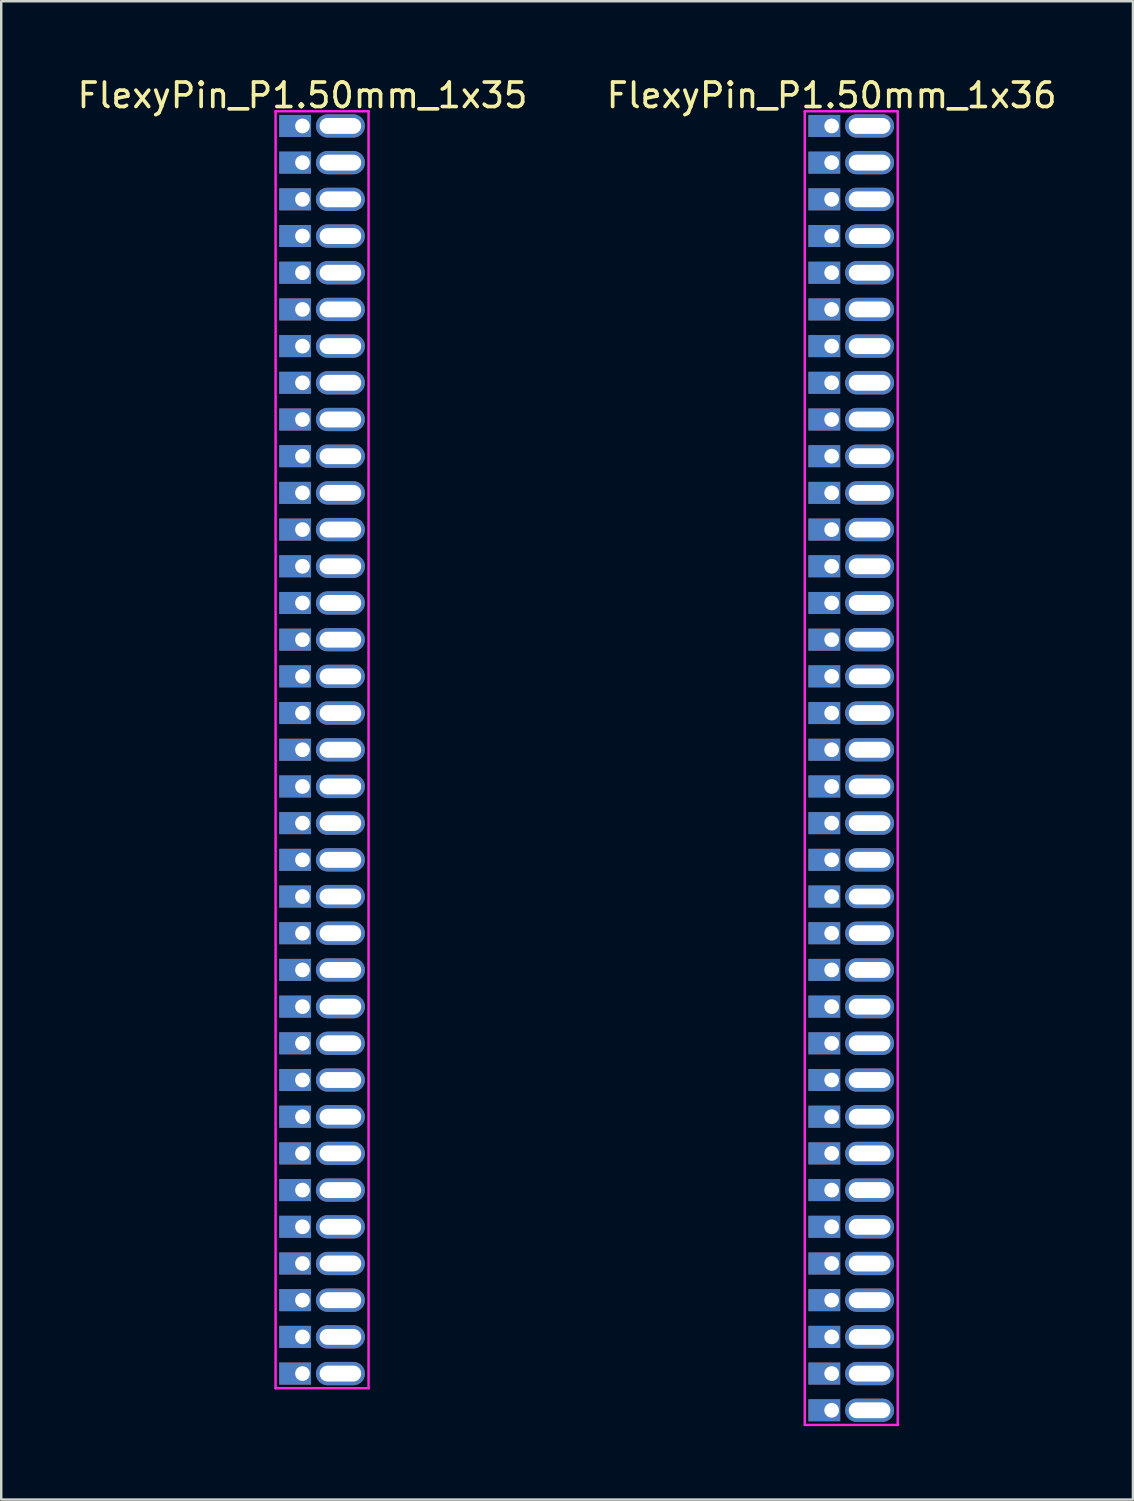
<source format=kicad_pcb>
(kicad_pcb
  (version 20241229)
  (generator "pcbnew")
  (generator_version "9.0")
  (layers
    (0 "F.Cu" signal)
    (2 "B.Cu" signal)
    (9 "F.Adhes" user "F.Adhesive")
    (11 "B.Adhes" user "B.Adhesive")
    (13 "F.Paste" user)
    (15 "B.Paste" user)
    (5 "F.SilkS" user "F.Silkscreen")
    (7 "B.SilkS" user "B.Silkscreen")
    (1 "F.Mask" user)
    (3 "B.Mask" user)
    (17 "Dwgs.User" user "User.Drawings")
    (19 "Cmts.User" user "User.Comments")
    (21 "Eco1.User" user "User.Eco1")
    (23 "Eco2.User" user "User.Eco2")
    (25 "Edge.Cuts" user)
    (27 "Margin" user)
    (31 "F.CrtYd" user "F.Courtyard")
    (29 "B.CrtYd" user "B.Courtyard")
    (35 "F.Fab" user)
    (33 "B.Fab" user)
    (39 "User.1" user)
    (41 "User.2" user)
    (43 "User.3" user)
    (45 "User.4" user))
  (footprint "FlexyPin_P1.50mm_1x36"
    (layer "F.Cu")
    (at 30.946 2.098)
    (property "Reference" "FlexyPin_P1.50mm_1x36" (at 0 -1.25 0) (layer "F.SilkS") (effects (font (size 1 1) (thickness 0.15))))
    (attr through_hole)
    (fp_line (start -1.1 -0.6) (end 2.7 -0.6) (stroke (width 0.1) (type solid)) (layer "F.CrtYd"))
    (fp_line (start -1.1 53.1) (end -1.1 -0.6) (stroke (width 0.1) (type solid)) (layer "F.CrtYd"))
    (fp_line (start 2.7 -0.6) (end 2.7 53.1) (stroke (width 0.1) (type solid)) (layer "F.CrtYd"))
    (fp_line (start 2.7 53.1) (end -1.1 53.1) (stroke (width 0.1) (type solid)) (layer "F.CrtYd"))
    (pad "" thru_hole oval (at 1.55 0) (size 2 0.95) (drill oval 1.7 0.65) (layers "*.Cu" "*.Mask"))
    (pad "" thru_hole oval (at 1.55 1.5) (size 2 0.95) (drill oval 1.7 0.65) (layers "*.Cu" "*.Mask"))
    (pad "" thru_hole oval (at 1.55 3) (size 2 0.95) (drill oval 1.7 0.65) (layers "*.Cu" "*.Mask"))
    (pad "" thru_hole oval (at 1.55 4.5) (size 2 0.95) (drill oval 1.7 0.65) (layers "*.Cu" "*.Mask"))
    (pad "" thru_hole oval (at 1.55 6) (size 2 0.95) (drill oval 1.7 0.65) (layers "*.Cu" "*.Mask"))
    (pad "" thru_hole oval (at 1.55 7.5) (size 2 0.95) (drill oval 1.7 0.65) (layers "*.Cu" "*.Mask"))
    (pad "" thru_hole oval (at 1.55 9) (size 2 0.95) (drill oval 1.7 0.65) (layers "*.Cu" "*.Mask"))
    (pad "" thru_hole oval (at 1.55 10.5) (size 2 0.95) (drill oval 1.7 0.65) (layers "*.Cu" "*.Mask"))
    (pad "" thru_hole oval (at 1.55 12) (size 2 0.95) (drill oval 1.7 0.65) (layers "*.Cu" "*.Mask"))
    (pad "" thru_hole oval (at 1.55 13.5) (size 2 0.95) (drill oval 1.7 0.65) (layers "*.Cu" "*.Mask"))
    (pad "" thru_hole oval (at 1.55 15) (size 2 0.95) (drill oval 1.7 0.65) (layers "*.Cu" "*.Mask"))
    (pad "" thru_hole oval (at 1.55 16.5) (size 2 0.95) (drill oval 1.7 0.65) (layers "*.Cu" "*.Mask"))
    (pad "" thru_hole oval (at 1.55 18) (size 2 0.95) (drill oval 1.7 0.65) (layers "*.Cu" "*.Mask"))
    (pad "" thru_hole oval (at 1.55 19.5) (size 2 0.95) (drill oval 1.7 0.65) (layers "*.Cu" "*.Mask"))
    (pad "" thru_hole oval (at 1.55 21) (size 2 0.95) (drill oval 1.7 0.65) (layers "*.Cu" "*.Mask"))
    (pad "" thru_hole oval (at 1.55 22.5) (size 2 0.95) (drill oval 1.7 0.65) (layers "*.Cu" "*.Mask"))
    (pad "" thru_hole oval (at 1.55 24) (size 2 0.95) (drill oval 1.7 0.65) (layers "*.Cu" "*.Mask"))
    (pad "" thru_hole oval (at 1.55 25.5) (size 2 0.95) (drill oval 1.7 0.65) (layers "*.Cu" "*.Mask"))
    (pad "" thru_hole oval (at 1.55 27) (size 2 0.95) (drill oval 1.7 0.65) (layers "*.Cu" "*.Mask"))
    (pad "" thru_hole oval (at 1.55 28.5) (size 2 0.95) (drill oval 1.7 0.65) (layers "*.Cu" "*.Mask"))
    (pad "" thru_hole oval (at 1.55 30) (size 2 0.95) (drill oval 1.7 0.65) (layers "*.Cu" "*.Mask"))
    (pad "" thru_hole oval (at 1.55 31.5) (size 2 0.95) (drill oval 1.7 0.65) (layers "*.Cu" "*.Mask"))
    (pad "" thru_hole oval (at 1.55 33) (size 2 0.95) (drill oval 1.7 0.65) (layers "*.Cu" "*.Mask"))
    (pad "" thru_hole oval (at 1.55 34.5) (size 2 0.95) (drill oval 1.7 0.65) (layers "*.Cu" "*.Mask"))
    (pad "" thru_hole oval (at 1.55 36) (size 2 0.95) (drill oval 1.7 0.65) (layers "*.Cu" "*.Mask"))
    (pad "" thru_hole oval (at 1.55 37.5) (size 2 0.95) (drill oval 1.7 0.65) (layers "*.Cu" "*.Mask"))
    (pad "" thru_hole oval (at 1.55 39) (size 2 0.95) (drill oval 1.7 0.65) (layers "*.Cu" "*.Mask"))
    (pad "" thru_hole oval (at 1.55 40.5) (size 2 0.95) (drill oval 1.7 0.65) (layers "*.Cu" "*.Mask"))
    (pad "" thru_hole oval (at 1.55 42) (size 2 0.95) (drill oval 1.7 0.65) (layers "*.Cu" "*.Mask"))
    (pad "" thru_hole oval (at 1.55 43.5) (size 2 0.95) (drill oval 1.7 0.65) (layers "*.Cu" "*.Mask"))
    (pad "" thru_hole oval (at 1.55 45) (size 2 0.95) (drill oval 1.7 0.65) (layers "*.Cu" "*.Mask"))
    (pad "" thru_hole oval (at 1.55 46.5) (size 2 0.95) (drill oval 1.7 0.65) (layers "*.Cu" "*.Mask"))
    (pad "" thru_hole oval (at 1.55 48) (size 2 0.95) (drill oval 1.7 0.65) (layers "*.Cu" "*.Mask"))
    (pad "" thru_hole oval (at 1.55 49.5) (size 2 0.95) (drill oval 1.7 0.65) (layers "*.Cu" "*.Mask"))
    (pad "" thru_hole oval (at 1.55 51) (size 2 0.95) (drill oval 1.7 0.65) (layers "*.Cu" "*.Mask"))
    (pad "" thru_hole oval (at 1.55 52.5) (size 2 0.95) (drill oval 1.7 0.65) (layers "*.Cu" "*.Mask"))
    (pad "1" thru_hole rect (at 0 0) (size 1.3 0.9) (drill 0.6 (offset -0.3 0)) (layers "*.Cu" "*.Mask"))
    (pad "2" thru_hole rect (at 0 1.5) (size 1.3 0.9) (drill 0.6 (offset -0.3 0)) (layers "*.Cu" "*.Mask"))
    (pad "3" thru_hole rect (at 0 3) (size 1.3 0.9) (drill 0.6 (offset -0.3 0)) (layers "*.Cu" "*.Mask"))
    (pad "4" thru_hole rect (at 0 4.5) (size 1.3 0.9) (drill 0.6 (offset -0.3 0)) (layers "*.Cu" "*.Mask"))
    (pad "5" thru_hole rect (at 0 6) (size 1.3 0.9) (drill 0.6 (offset -0.3 0)) (layers "*.Cu" "*.Mask"))
    (pad "6" thru_hole rect (at 0 7.5) (size 1.3 0.9) (drill 0.6 (offset -0.3 0)) (layers "*.Cu" "*.Mask"))
    (pad "7" thru_hole rect (at 0 9) (size 1.3 0.9) (drill 0.6 (offset -0.3 0)) (layers "*.Cu" "*.Mask"))
    (pad "8" thru_hole rect (at 0 10.5) (size 1.3 0.9) (drill 0.6 (offset -0.3 0)) (layers "*.Cu" "*.Mask"))
    (pad "9" thru_hole rect (at 0 12) (size 1.3 0.9) (drill 0.6 (offset -0.3 0)) (layers "*.Cu" "*.Mask"))
    (pad "10" thru_hole rect (at 0 13.5) (size 1.3 0.9) (drill 0.6 (offset -0.3 0)) (layers "*.Cu" "*.Mask"))
    (pad "11" thru_hole rect (at 0 15) (size 1.3 0.9) (drill 0.6 (offset -0.3 0)) (layers "*.Cu" "*.Mask"))
    (pad "12" thru_hole rect (at 0 16.5) (size 1.3 0.9) (drill 0.6 (offset -0.3 0)) (layers "*.Cu" "*.Mask"))
    (pad "13" thru_hole rect (at 0 18) (size 1.3 0.9) (drill 0.6 (offset -0.3 0)) (layers "*.Cu" "*.Mask"))
    (pad "14" thru_hole rect (at 0 19.5) (size 1.3 0.9) (drill 0.6 (offset -0.3 0)) (layers "*.Cu" "*.Mask"))
    (pad "15" thru_hole rect (at 0 21) (size 1.3 0.9) (drill 0.6 (offset -0.3 0)) (layers "*.Cu" "*.Mask"))
    (pad "16" thru_hole rect (at 0 22.5) (size 1.3 0.9) (drill 0.6 (offset -0.3 0)) (layers "*.Cu" "*.Mask"))
    (pad "17" thru_hole rect (at 0 24) (size 1.3 0.9) (drill 0.6 (offset -0.3 0)) (layers "*.Cu" "*.Mask"))
    (pad "18" thru_hole rect (at 0 25.5) (size 1.3 0.9) (drill 0.6 (offset -0.3 0)) (layers "*.Cu" "*.Mask"))
    (pad "19" thru_hole rect (at 0 27) (size 1.3 0.9) (drill 0.6 (offset -0.3 0)) (layers "*.Cu" "*.Mask"))
    (pad "20" thru_hole rect (at 0 28.5) (size 1.3 0.9) (drill 0.6 (offset -0.3 0)) (layers "*.Cu" "*.Mask"))
    (pad "21" thru_hole rect (at 0 30) (size 1.3 0.9) (drill 0.6 (offset -0.3 0)) (layers "*.Cu" "*.Mask"))
    (pad "22" thru_hole rect (at 0 31.5) (size 1.3 0.9) (drill 0.6 (offset -0.3 0)) (layers "*.Cu" "*.Mask"))
    (pad "23" thru_hole rect (at 0 33) (size 1.3 0.9) (drill 0.6 (offset -0.3 0)) (layers "*.Cu" "*.Mask"))
    (pad "24" thru_hole rect (at 0 34.5) (size 1.3 0.9) (drill 0.6 (offset -0.3 0)) (layers "*.Cu" "*.Mask"))
    (pad "25" thru_hole rect (at 0 36) (size 1.3 0.9) (drill 0.6 (offset -0.3 0)) (layers "*.Cu" "*.Mask"))
    (pad "26" thru_hole rect (at 0 37.5) (size 1.3 0.9) (drill 0.6 (offset -0.3 0)) (layers "*.Cu" "*.Mask"))
    (pad "27" thru_hole rect (at 0 39) (size 1.3 0.9) (drill 0.6 (offset -0.3 0)) (layers "*.Cu" "*.Mask"))
    (pad "28" thru_hole rect (at 0 40.5) (size 1.3 0.9) (drill 0.6 (offset -0.3 0)) (layers "*.Cu" "*.Mask"))
    (pad "29" thru_hole rect (at 0 42) (size 1.3 0.9) (drill 0.6 (offset -0.3 0)) (layers "*.Cu" "*.Mask"))
    (pad "30" thru_hole rect (at 0 43.5) (size 1.3 0.9) (drill 0.6 (offset -0.3 0)) (layers "*.Cu" "*.Mask"))
    (pad "31" thru_hole rect (at 0 45) (size 1.3 0.9) (drill 0.6 (offset -0.3 0)) (layers "*.Cu" "*.Mask"))
    (pad "32" thru_hole rect (at 0 46.5) (size 1.3 0.9) (drill 0.6 (offset -0.3 0)) (layers "*.Cu" "*.Mask"))
    (pad "33" thru_hole rect (at 0 48) (size 1.3 0.9) (drill 0.6 (offset -0.3 0)) (layers "*.Cu" "*.Mask"))
    (pad "34" thru_hole rect (at 0 49.5) (size 1.3 0.9) (drill 0.6 (offset -0.3 0)) (layers "*.Cu" "*.Mask"))
    (pad "35" thru_hole rect (at 0 51) (size 1.3 0.9) (drill 0.6 (offset -0.3 0)) (layers "*.Cu" "*.Mask"))
    (pad "36" thru_hole rect (at 0 52.5) (size 1.3 0.9) (drill 0.6 (offset -0.3 0)) (layers "*.Cu" "*.Mask")))
  (footprint "FlexyPin_P1.50mm_1x35"
    (layer "F.Cu")
    (at 9.315 2.098)
    (property "Reference" "FlexyPin_P1.50mm_1x35" (at 0 -1.25 0) (layer "F.SilkS") (effects (font (size 1 1) (thickness 0.15))))
    (attr through_hole)
    (fp_line (start -1.1 -0.6) (end 2.7 -0.6) (stroke (width 0.1) (type solid)) (layer "F.CrtYd"))
    (fp_line (start -1.1 51.6) (end -1.1 -0.6) (stroke (width 0.1) (type solid)) (layer "F.CrtYd"))
    (fp_line (start 2.7 -0.6) (end 2.7 51.6) (stroke (width 0.1) (type solid)) (layer "F.CrtYd"))
    (fp_line (start 2.7 51.6) (end -1.1 51.6) (stroke (width 0.1) (type solid)) (layer "F.CrtYd"))
    (pad "" thru_hole oval (at 1.55 0) (size 2 0.95) (drill oval 1.7 0.65) (layers "*.Cu" "*.Mask"))
    (pad "" thru_hole oval (at 1.55 1.5) (size 2 0.95) (drill oval 1.7 0.65) (layers "*.Cu" "*.Mask"))
    (pad "" thru_hole oval (at 1.55 3) (size 2 0.95) (drill oval 1.7 0.65) (layers "*.Cu" "*.Mask"))
    (pad "" thru_hole oval (at 1.55 4.5) (size 2 0.95) (drill oval 1.7 0.65) (layers "*.Cu" "*.Mask"))
    (pad "" thru_hole oval (at 1.55 6) (size 2 0.95) (drill oval 1.7 0.65) (layers "*.Cu" "*.Mask"))
    (pad "" thru_hole oval (at 1.55 7.5) (size 2 0.95) (drill oval 1.7 0.65) (layers "*.Cu" "*.Mask"))
    (pad "" thru_hole oval (at 1.55 9) (size 2 0.95) (drill oval 1.7 0.65) (layers "*.Cu" "*.Mask"))
    (pad "" thru_hole oval (at 1.55 10.5) (size 2 0.95) (drill oval 1.7 0.65) (layers "*.Cu" "*.Mask"))
    (pad "" thru_hole oval (at 1.55 12) (size 2 0.95) (drill oval 1.7 0.65) (layers "*.Cu" "*.Mask"))
    (pad "" thru_hole oval (at 1.55 13.5) (size 2 0.95) (drill oval 1.7 0.65) (layers "*.Cu" "*.Mask"))
    (pad "" thru_hole oval (at 1.55 15) (size 2 0.95) (drill oval 1.7 0.65) (layers "*.Cu" "*.Mask"))
    (pad "" thru_hole oval (at 1.55 16.5) (size 2 0.95) (drill oval 1.7 0.65) (layers "*.Cu" "*.Mask"))
    (pad "" thru_hole oval (at 1.55 18) (size 2 0.95) (drill oval 1.7 0.65) (layers "*.Cu" "*.Mask"))
    (pad "" thru_hole oval (at 1.55 19.5) (size 2 0.95) (drill oval 1.7 0.65) (layers "*.Cu" "*.Mask"))
    (pad "" thru_hole oval (at 1.55 21) (size 2 0.95) (drill oval 1.7 0.65) (layers "*.Cu" "*.Mask"))
    (pad "" thru_hole oval (at 1.55 22.5) (size 2 0.95) (drill oval 1.7 0.65) (layers "*.Cu" "*.Mask"))
    (pad "" thru_hole oval (at 1.55 24) (size 2 0.95) (drill oval 1.7 0.65) (layers "*.Cu" "*.Mask"))
    (pad "" thru_hole oval (at 1.55 25.5) (size 2 0.95) (drill oval 1.7 0.65) (layers "*.Cu" "*.Mask"))
    (pad "" thru_hole oval (at 1.55 27) (size 2 0.95) (drill oval 1.7 0.65) (layers "*.Cu" "*.Mask"))
    (pad "" thru_hole oval (at 1.55 28.5) (size 2 0.95) (drill oval 1.7 0.65) (layers "*.Cu" "*.Mask"))
    (pad "" thru_hole oval (at 1.55 30) (size 2 0.95) (drill oval 1.7 0.65) (layers "*.Cu" "*.Mask"))
    (pad "" thru_hole oval (at 1.55 31.5) (size 2 0.95) (drill oval 1.7 0.65) (layers "*.Cu" "*.Mask"))
    (pad "" thru_hole oval (at 1.55 33) (size 2 0.95) (drill oval 1.7 0.65) (layers "*.Cu" "*.Mask"))
    (pad "" thru_hole oval (at 1.55 34.5) (size 2 0.95) (drill oval 1.7 0.65) (layers "*.Cu" "*.Mask"))
    (pad "" thru_hole oval (at 1.55 36) (size 2 0.95) (drill oval 1.7 0.65) (layers "*.Cu" "*.Mask"))
    (pad "" thru_hole oval (at 1.55 37.5) (size 2 0.95) (drill oval 1.7 0.65) (layers "*.Cu" "*.Mask"))
    (pad "" thru_hole oval (at 1.55 39) (size 2 0.95) (drill oval 1.7 0.65) (layers "*.Cu" "*.Mask"))
    (pad "" thru_hole oval (at 1.55 40.5) (size 2 0.95) (drill oval 1.7 0.65) (layers "*.Cu" "*.Mask"))
    (pad "" thru_hole oval (at 1.55 42) (size 2 0.95) (drill oval 1.7 0.65) (layers "*.Cu" "*.Mask"))
    (pad "" thru_hole oval (at 1.55 43.5) (size 2 0.95) (drill oval 1.7 0.65) (layers "*.Cu" "*.Mask"))
    (pad "" thru_hole oval (at 1.55 45) (size 2 0.95) (drill oval 1.7 0.65) (layers "*.Cu" "*.Mask"))
    (pad "" thru_hole oval (at 1.55 46.5) (size 2 0.95) (drill oval 1.7 0.65) (layers "*.Cu" "*.Mask"))
    (pad "" thru_hole oval (at 1.55 48) (size 2 0.95) (drill oval 1.7 0.65) (layers "*.Cu" "*.Mask"))
    (pad "" thru_hole oval (at 1.55 49.5) (size 2 0.95) (drill oval 1.7 0.65) (layers "*.Cu" "*.Mask"))
    (pad "" thru_hole oval (at 1.55 51) (size 2 0.95) (drill oval 1.7 0.65) (layers "*.Cu" "*.Mask"))
    (pad "1" thru_hole rect (at 0 0) (size 1.3 0.9) (drill 0.6 (offset -0.3 0)) (layers "*.Cu" "*.Mask"))
    (pad "2" thru_hole rect (at 0 1.5) (size 1.3 0.9) (drill 0.6 (offset -0.3 0)) (layers "*.Cu" "*.Mask"))
    (pad "3" thru_hole rect (at 0 3) (size 1.3 0.9) (drill 0.6 (offset -0.3 0)) (layers "*.Cu" "*.Mask"))
    (pad "4" thru_hole rect (at 0 4.5) (size 1.3 0.9) (drill 0.6 (offset -0.3 0)) (layers "*.Cu" "*.Mask"))
    (pad "5" thru_hole rect (at 0 6) (size 1.3 0.9) (drill 0.6 (offset -0.3 0)) (layers "*.Cu" "*.Mask"))
    (pad "6" thru_hole rect (at 0 7.5) (size 1.3 0.9) (drill 0.6 (offset -0.3 0)) (layers "*.Cu" "*.Mask"))
    (pad "7" thru_hole rect (at 0 9) (size 1.3 0.9) (drill 0.6 (offset -0.3 0)) (layers "*.Cu" "*.Mask"))
    (pad "8" thru_hole rect (at 0 10.5) (size 1.3 0.9) (drill 0.6 (offset -0.3 0)) (layers "*.Cu" "*.Mask"))
    (pad "9" thru_hole rect (at 0 12) (size 1.3 0.9) (drill 0.6 (offset -0.3 0)) (layers "*.Cu" "*.Mask"))
    (pad "10" thru_hole rect (at 0 13.5) (size 1.3 0.9) (drill 0.6 (offset -0.3 0)) (layers "*.Cu" "*.Mask"))
    (pad "11" thru_hole rect (at 0 15) (size 1.3 0.9) (drill 0.6 (offset -0.3 0)) (layers "*.Cu" "*.Mask"))
    (pad "12" thru_hole rect (at 0 16.5) (size 1.3 0.9) (drill 0.6 (offset -0.3 0)) (layers "*.Cu" "*.Mask"))
    (pad "13" thru_hole rect (at 0 18) (size 1.3 0.9) (drill 0.6 (offset -0.3 0)) (layers "*.Cu" "*.Mask"))
    (pad "14" thru_hole rect (at 0 19.5) (size 1.3 0.9) (drill 0.6 (offset -0.3 0)) (layers "*.Cu" "*.Mask"))
    (pad "15" thru_hole rect (at 0 21) (size 1.3 0.9) (drill 0.6 (offset -0.3 0)) (layers "*.Cu" "*.Mask"))
    (pad "16" thru_hole rect (at 0 22.5) (size 1.3 0.9) (drill 0.6 (offset -0.3 0)) (layers "*.Cu" "*.Mask"))
    (pad "17" thru_hole rect (at 0 24) (size 1.3 0.9) (drill 0.6 (offset -0.3 0)) (layers "*.Cu" "*.Mask"))
    (pad "18" thru_hole rect (at 0 25.5) (size 1.3 0.9) (drill 0.6 (offset -0.3 0)) (layers "*.Cu" "*.Mask"))
    (pad "19" thru_hole rect (at 0 27) (size 1.3 0.9) (drill 0.6 (offset -0.3 0)) (layers "*.Cu" "*.Mask"))
    (pad "20" thru_hole rect (at 0 28.5) (size 1.3 0.9) (drill 0.6 (offset -0.3 0)) (layers "*.Cu" "*.Mask"))
    (pad "21" thru_hole rect (at 0 30) (size 1.3 0.9) (drill 0.6 (offset -0.3 0)) (layers "*.Cu" "*.Mask"))
    (pad "22" thru_hole rect (at 0 31.5) (size 1.3 0.9) (drill 0.6 (offset -0.3 0)) (layers "*.Cu" "*.Mask"))
    (pad "23" thru_hole rect (at 0 33) (size 1.3 0.9) (drill 0.6 (offset -0.3 0)) (layers "*.Cu" "*.Mask"))
    (pad "24" thru_hole rect (at 0 34.5) (size 1.3 0.9) (drill 0.6 (offset -0.3 0)) (layers "*.Cu" "*.Mask"))
    (pad "25" thru_hole rect (at 0 36) (size 1.3 0.9) (drill 0.6 (offset -0.3 0)) (layers "*.Cu" "*.Mask"))
    (pad "26" thru_hole rect (at 0 37.5) (size 1.3 0.9) (drill 0.6 (offset -0.3 0)) (layers "*.Cu" "*.Mask"))
    (pad "27" thru_hole rect (at 0 39) (size 1.3 0.9) (drill 0.6 (offset -0.3 0)) (layers "*.Cu" "*.Mask"))
    (pad "28" thru_hole rect (at 0 40.5) (size 1.3 0.9) (drill 0.6 (offset -0.3 0)) (layers "*.Cu" "*.Mask"))
    (pad "29" thru_hole rect (at 0 42) (size 1.3 0.9) (drill 0.6 (offset -0.3 0)) (layers "*.Cu" "*.Mask"))
    (pad "30" thru_hole rect (at 0 43.5) (size 1.3 0.9) (drill 0.6 (offset -0.3 0)) (layers "*.Cu" "*.Mask"))
    (pad "31" thru_hole rect (at 0 45) (size 1.3 0.9) (drill 0.6 (offset -0.3 0)) (layers "*.Cu" "*.Mask"))
    (pad "32" thru_hole rect (at 0 46.5) (size 1.3 0.9) (drill 0.6 (offset -0.3 0)) (layers "*.Cu" "*.Mask"))
    (pad "33" thru_hole rect (at 0 48) (size 1.3 0.9) (drill 0.6 (offset -0.3 0)) (layers "*.Cu" "*.Mask"))
    (pad "34" thru_hole rect (at 0 49.5) (size 1.3 0.9) (drill 0.6 (offset -0.3 0)) (layers "*.Cu" "*.Mask"))
    (pad "35" thru_hole rect (at 0 51) (size 1.3 0.9) (drill 0.6 (offset -0.3 0)) (layers "*.Cu" "*.Mask")))
  (gr_rect
    (start -3 -3)
    (end 43.262 58.248)
    (stroke (width 0.1) (type default))
    (fill no)
    (layer "Edge.Cuts")))
</source>
